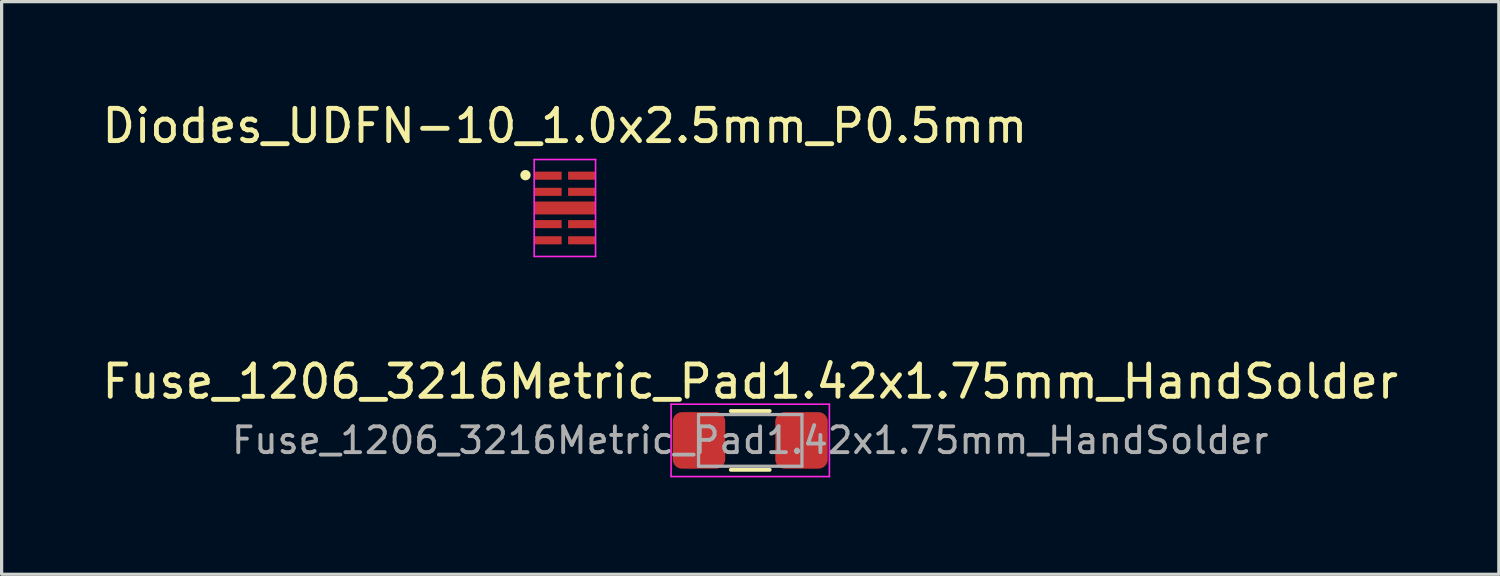
<source format=kicad_pcb>
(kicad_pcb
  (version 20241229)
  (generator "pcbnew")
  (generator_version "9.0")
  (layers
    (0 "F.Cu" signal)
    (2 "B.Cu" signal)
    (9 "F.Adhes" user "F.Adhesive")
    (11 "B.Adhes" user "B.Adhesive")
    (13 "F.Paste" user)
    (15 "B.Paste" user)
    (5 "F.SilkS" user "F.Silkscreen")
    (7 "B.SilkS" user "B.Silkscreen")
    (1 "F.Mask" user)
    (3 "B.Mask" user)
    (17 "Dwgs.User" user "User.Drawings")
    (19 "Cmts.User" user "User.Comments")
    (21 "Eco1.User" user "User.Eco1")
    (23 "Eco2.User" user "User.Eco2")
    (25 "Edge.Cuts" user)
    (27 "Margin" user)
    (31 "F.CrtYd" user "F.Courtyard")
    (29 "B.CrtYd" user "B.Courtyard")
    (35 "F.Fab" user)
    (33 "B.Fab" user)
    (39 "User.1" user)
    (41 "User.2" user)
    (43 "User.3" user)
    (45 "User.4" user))
  (footprint "Diodes_UDFN-10_1.0x2.5mm_P0.5mm"
    (layer "F.Cu")
    (at 14.435 3.388)
    (property "Reference" "Diodes_UDFN-10_1.0x2.5mm_P0.5mm" (at 0 -2.54 0) (layer "F.SilkS") (effects (font (size 1 1) (thickness 0.15))))
    (attr smd)
    (fp_circle (center -1.219 -1.016) (end -1.119 -1.016) (stroke (width 0.12) (type solid)) (fill yes) (layer "F.SilkS"))
    (fp_line (start -0.95 -1.5) (end 0.95 -1.5) (stroke (width 0.05) (type solid)) (layer "F.CrtYd"))
    (fp_line (start -0.95 1.5) (end -0.95 -1.5) (stroke (width 0.05) (type solid)) (layer "F.CrtYd"))
    (fp_line (start 0.95 -1.5) (end 0.95 1.5) (stroke (width 0.05) (type solid)) (layer "F.CrtYd"))
    (fp_line (start 0.95 1.5) (end -0.95 1.5) (stroke (width 0.05) (type solid)) (layer "F.CrtYd"))
    (pad "1" smd rect (at -0.525 -1 270) (size 0.25 0.85) (layers "F.Cu" "F.Mask" "F.Paste"))
    (pad "1" smd rect (at 0.525 -1 270) (size 0.25 0.85) (layers "F.Cu" "F.Mask" "F.Paste"))
    (pad "2" smd rect (at -0.525 -0.5 270) (size 0.25 0.85) (layers "F.Cu" "F.Mask" "F.Paste"))
    (pad "2" smd rect (at 0.525 -0.5 270) (size 0.25 0.85) (layers "F.Cu" "F.Mask" "F.Paste"))
    (pad "3" smd rect (at 0 0 270) (size 0.4 1.9) (layers "F.Cu" "F.Mask" "F.Paste"))
    (pad "4" smd rect (at -0.525 0.5 270) (size 0.25 0.85) (layers "F.Cu" "F.Mask" "F.Paste"))
    (pad "4" smd rect (at 0.525 0.5 270) (size 0.25 0.85) (layers "F.Cu" "F.Mask" "F.Paste"))
    (pad "5" smd rect (at -0.525 1 270) (size 0.25 0.85) (layers "F.Cu" "F.Mask" "F.Paste"))
    (pad "5" smd rect (at 0.525 1 270) (size 0.25 0.85) (layers "F.Cu" "F.Mask" "F.Paste")))
  (footprint "Fuse_1206_3216Metric_Pad1.42x1.75mm_HandSolder"
    (layer "F.Cu")
    (at 20.173 10.582)
    (property "Reference" "Fuse_1206_3216Metric_Pad1.42x1.75mm_HandSolder" (at 0 -1.82 0) (layer "F.SilkS") (effects (font (size 1 1) (thickness 0.15))))
    (attr smd)
    (fp_line (start -0.602 -0.91) (end 0.602 -0.91) (stroke (width 0.12) (type solid)) (layer "F.SilkS"))
    (fp_line (start -0.602 0.91) (end 0.602 0.91) (stroke (width 0.12) (type solid)) (layer "F.SilkS"))
    (fp_line (start -2.45 -1.12) (end 2.45 -1.12) (stroke (width 0.05) (type solid)) (layer "F.CrtYd"))
    (fp_line (start -2.45 1.12) (end -2.45 -1.12) (stroke (width 0.05) (type solid)) (layer "F.CrtYd"))
    (fp_line (start 2.45 -1.12) (end 2.45 1.12) (stroke (width 0.05) (type solid)) (layer "F.CrtYd"))
    (fp_line (start 2.45 1.12) (end -2.45 1.12) (stroke (width 0.05) (type solid)) (layer "F.CrtYd"))
    (fp_line (start -1.6 -0.8) (end 1.6 -0.8) (stroke (width 0.1) (type solid)) (layer "F.Fab"))
    (fp_line (start -1.6 0.8) (end -1.6 -0.8) (stroke (width 0.1) (type solid)) (layer "F.Fab"))
    (fp_line (start 1.6 -0.8) (end 1.6 0.8) (stroke (width 0.1) (type solid)) (layer "F.Fab"))
    (fp_line (start 1.6 0.8) (end -1.6 0.8) (stroke (width 0.1) (type solid)) (layer "F.Fab"))
    (fp_text user "${REFERENCE}" (at 0 0 0) (layer "F.Fab") (effects (font (size 0.8 0.8) (thickness 0.12))))
    (pad "1" smd roundrect (at -1.587 0) (size 1.625 1.75) (layers "F.Cu" "F.Mask" "F.Paste") (roundrect_rratio 0.175))
    (pad "2" smd roundrect (at 1.587 0) (size 1.625 1.75) (layers "F.Cu" "F.Mask" "F.Paste") (roundrect_rratio 0.175)))
  (gr_rect
    (start -3 -3)
    (end 43.345 14.726)
    (stroke (width 0.1) (type default))
    (fill no)
    (layer "Edge.Cuts")))
</source>
